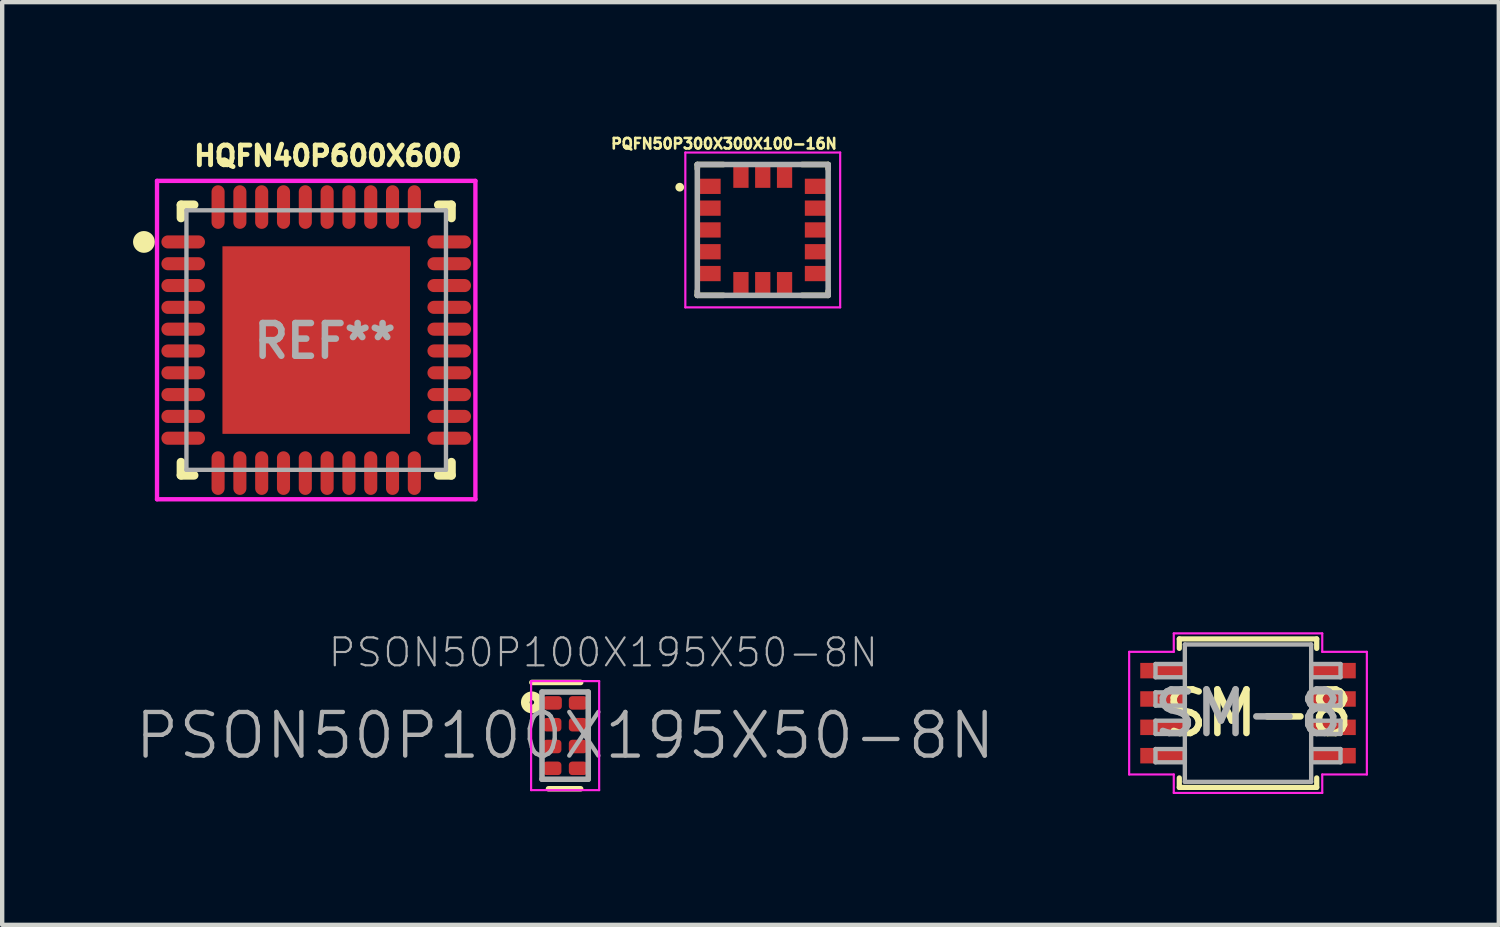
<source format=kicad_pcb>
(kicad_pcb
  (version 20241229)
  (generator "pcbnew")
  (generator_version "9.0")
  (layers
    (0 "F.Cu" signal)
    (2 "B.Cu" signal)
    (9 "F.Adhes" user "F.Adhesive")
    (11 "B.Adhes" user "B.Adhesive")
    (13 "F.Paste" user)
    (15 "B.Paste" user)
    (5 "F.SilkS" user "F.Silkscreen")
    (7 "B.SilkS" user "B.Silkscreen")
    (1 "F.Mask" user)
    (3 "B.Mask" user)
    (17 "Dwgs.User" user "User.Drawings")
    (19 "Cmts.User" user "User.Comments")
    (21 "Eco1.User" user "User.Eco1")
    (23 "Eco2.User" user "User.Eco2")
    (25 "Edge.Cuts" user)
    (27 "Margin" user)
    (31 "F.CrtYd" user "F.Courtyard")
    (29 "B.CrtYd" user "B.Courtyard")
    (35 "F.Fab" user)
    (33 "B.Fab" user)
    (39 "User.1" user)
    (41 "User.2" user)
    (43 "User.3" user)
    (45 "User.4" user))
  (footprint "SM-8"
    (layer "F.Cu")
    (at 25.564 13.301)
    (property "Reference" "SM-8" (at 0.25 0 0) (layer "F.SilkS") (effects (font (size 1 1) (thickness 0.15))))
    (attr through_hole)
    (fp_line (start -1.575 -1.702) (end -1.575 -1.485) (stroke (width 0.12) (type solid)) (layer "F.SilkS"))
    (fp_line (start -1.575 1.485) (end -1.575 1.702) (stroke (width 0.12) (type solid)) (layer "F.SilkS"))
    (fp_line (start -1.575 1.702) (end 1.575 1.702) (stroke (width 0.12) (type solid)) (layer "F.SilkS"))
    (fp_line (start 1.575 -1.702) (end -1.575 -1.702) (stroke (width 0.12) (type solid)) (layer "F.SilkS"))
    (fp_line (start 1.575 -1.485) (end 1.575 -1.702) (stroke (width 0.12) (type solid)) (layer "F.SilkS"))
    (fp_line (start 1.575 1.702) (end 1.575 1.485) (stroke (width 0.12) (type solid)) (layer "F.SilkS"))
    (fp_line (start -2.725 -1.406) (end -1.702 -1.406) (stroke (width 0.05) (type solid)) (layer "F.CrtYd"))
    (fp_line (start -2.725 1.406) (end -2.725 -1.406) (stroke (width 0.05) (type solid)) (layer "F.CrtYd"))
    (fp_line (start -1.702 -1.829) (end 1.702 -1.829) (stroke (width 0.05) (type solid)) (layer "F.CrtYd"))
    (fp_line (start -1.702 -1.406) (end -1.702 -1.829) (stroke (width 0.05) (type solid)) (layer "F.CrtYd"))
    (fp_line (start -1.702 1.406) (end -2.725 1.406) (stroke (width 0.05) (type solid)) (layer "F.CrtYd"))
    (fp_line (start -1.702 1.829) (end -1.702 1.406) (stroke (width 0.05) (type solid)) (layer "F.CrtYd"))
    (fp_line (start 1.702 -1.829) (end 1.702 -1.406) (stroke (width 0.05) (type solid)) (layer "F.CrtYd"))
    (fp_line (start 1.702 1.406) (end 1.702 1.829) (stroke (width 0.05) (type solid)) (layer "F.CrtYd"))
    (fp_line (start 1.702 1.829) (end -1.702 1.829) (stroke (width 0.05) (type solid)) (layer "F.CrtYd"))
    (fp_line (start 2.725 -1.406) (end 1.702 -1.406) (stroke (width 0.05) (type solid)) (layer "F.CrtYd"))
    (fp_line (start 2.725 -1.406) (end 2.725 1.406) (stroke (width 0.05) (type solid)) (layer "F.CrtYd"))
    (fp_line (start 2.725 1.406) (end 1.702 1.406) (stroke (width 0.05) (type solid)) (layer "F.CrtYd"))
    (fp_line (start -2.121 -1.127) (end -2.121 -0.823) (stroke (width 0.1) (type solid)) (layer "F.Fab"))
    (fp_line (start -2.121 -0.823) (end -1.448 -0.823) (stroke (width 0.1) (type solid)) (layer "F.Fab"))
    (fp_line (start -2.121 -0.477) (end -2.121 -0.173) (stroke (width 0.1) (type solid)) (layer "F.Fab"))
    (fp_line (start -2.121 -0.173) (end -1.448 -0.173) (stroke (width 0.1) (type solid)) (layer "F.Fab"))
    (fp_line (start -2.121 0.173) (end -2.121 0.477) (stroke (width 0.1) (type solid)) (layer "F.Fab"))
    (fp_line (start -2.121 0.477) (end -1.448 0.477) (stroke (width 0.1) (type solid)) (layer "F.Fab"))
    (fp_line (start -2.121 0.823) (end -2.121 1.127) (stroke (width 0.1) (type solid)) (layer "F.Fab"))
    (fp_line (start -2.121 1.127) (end -1.448 1.127) (stroke (width 0.1) (type solid)) (layer "F.Fab"))
    (fp_line (start -1.448 -1.575) (end -1.448 1.575) (stroke (width 0.1) (type solid)) (layer "F.Fab"))
    (fp_line (start -1.448 -1.127) (end -2.121 -1.127) (stroke (width 0.1) (type solid)) (layer "F.Fab"))
    (fp_line (start -1.448 -0.823) (end -1.448 -1.127) (stroke (width 0.1) (type solid)) (layer "F.Fab"))
    (fp_line (start -1.448 -0.477) (end -2.121 -0.477) (stroke (width 0.1) (type solid)) (layer "F.Fab"))
    (fp_line (start -1.448 -0.173) (end -1.448 -0.477) (stroke (width 0.1) (type solid)) (layer "F.Fab"))
    (fp_line (start -1.448 0.173) (end -2.121 0.173) (stroke (width 0.1) (type solid)) (layer "F.Fab"))
    (fp_line (start -1.448 0.477) (end -1.448 0.173) (stroke (width 0.1) (type solid)) (layer "F.Fab"))
    (fp_line (start -1.448 0.823) (end -2.121 0.823) (stroke (width 0.1) (type solid)) (layer "F.Fab"))
    (fp_line (start -1.448 1.127) (end -1.448 0.823) (stroke (width 0.1) (type solid)) (layer "F.Fab"))
    (fp_line (start -1.448 1.575) (end 1.448 1.575) (stroke (width 0.1) (type solid)) (layer "F.Fab"))
    (fp_line (start 1.448 -1.575) (end -1.448 -1.575) (stroke (width 0.1) (type solid)) (layer "F.Fab"))
    (fp_line (start 1.448 -1.127) (end 1.448 -0.823) (stroke (width 0.1) (type solid)) (layer "F.Fab"))
    (fp_line (start 1.448 -0.823) (end 2.121 -0.823) (stroke (width 0.1) (type solid)) (layer "F.Fab"))
    (fp_line (start 1.448 -0.477) (end 1.448 -0.173) (stroke (width 0.1) (type solid)) (layer "F.Fab"))
    (fp_line (start 1.448 -0.173) (end 2.121 -0.173) (stroke (width 0.1) (type solid)) (layer "F.Fab"))
    (fp_line (start 1.448 0.173) (end 1.448 0.477) (stroke (width 0.1) (type solid)) (layer "F.Fab"))
    (fp_line (start 1.448 0.477) (end 2.121 0.477) (stroke (width 0.1) (type solid)) (layer "F.Fab"))
    (fp_line (start 1.448 0.823) (end 1.448 1.127) (stroke (width 0.1) (type solid)) (layer "F.Fab"))
    (fp_line (start 1.448 1.127) (end 2.121 1.127) (stroke (width 0.1) (type solid)) (layer "F.Fab"))
    (fp_line (start 1.448 1.575) (end 1.448 -1.575) (stroke (width 0.1) (type solid)) (layer "F.Fab"))
    (fp_line (start 2.121 -1.127) (end 1.448 -1.127) (stroke (width 0.1) (type solid)) (layer "F.Fab"))
    (fp_line (start 2.121 -0.823) (end 2.121 -1.127) (stroke (width 0.1) (type solid)) (layer "F.Fab"))
    (fp_line (start 2.121 -0.477) (end 1.448 -0.477) (stroke (width 0.1) (type solid)) (layer "F.Fab"))
    (fp_line (start 2.121 -0.173) (end 2.121 -0.477) (stroke (width 0.1) (type solid)) (layer "F.Fab"))
    (fp_line (start 2.121 0.173) (end 1.448 0.173) (stroke (width 0.1) (type solid)) (layer "F.Fab"))
    (fp_line (start 2.121 0.477) (end 2.121 0.173) (stroke (width 0.1) (type solid)) (layer "F.Fab"))
    (fp_line (start 2.121 0.823) (end 1.448 0.823) (stroke (width 0.1) (type solid)) (layer "F.Fab"))
    (fp_line (start 2.121 1.127) (end 2.121 0.823) (stroke (width 0.1) (type solid)) (layer "F.Fab"))
    (fp_text user "${REFERENCE}" (at 0 0 0) (layer "F.Fab") (effects (font (size 1 1) (thickness 0.15))))
    (pad "1" smd rect (at -1.959 -0.975) (size 1.023 0.355) (layers "F.Cu" "F.Mask" "F.Paste"))
    (pad "2" smd rect (at -1.959 -0.325) (size 1.023 0.355) (layers "F.Cu" "F.Mask" "F.Paste"))
    (pad "3" smd rect (at -1.959 0.325) (size 1.023 0.355) (layers "F.Cu" "F.Mask" "F.Paste"))
    (pad "4" smd rect (at -1.959 0.975) (size 1.023 0.355) (layers "F.Cu" "F.Mask" "F.Paste"))
    (pad "5" smd rect (at 1.959 0.975) (size 1.023 0.355) (layers "F.Cu" "F.Mask" "F.Paste"))
    (pad "6" smd rect (at 1.959 0.325) (size 1.023 0.355) (layers "F.Cu" "F.Mask" "F.Paste"))
    (pad "7" smd rect (at 1.959 -0.325) (size 1.023 0.355) (layers "F.Cu" "F.Mask" "F.Paste"))
    (pad "8" smd rect (at 1.959 -0.975) (size 1.023 0.355) (layers "F.Cu" "F.Mask" "F.Paste")))
  (footprint "PSON50P100X195X50-8N"
    (layer "F.Cu")
    (at 9.907 13.816)
    (property "Reference" "PSON50P100X195X50-8N" (at 0.876 -1.906 0) (layer "F.Fab") (effects (font (size 0.64 0.64) (thickness 0.05))))
    (attr smd)
    (fp_line (start -0.762 -1.219) (end 0.356 -1.219) (stroke (width 0.127) (type solid)) (layer "F.SilkS"))
    (fp_line (start 0.356 1.219) (end -0.381 1.219) (stroke (width 0.127) (type solid)) (layer "F.SilkS"))
    (fp_circle (center -0.762 -0.762) (end -0.711 -0.762) (stroke (width 0.2) (type solid)) (fill no) (layer "F.SilkS"))
    (fp_line (start -0.78 -1.25) (end 0.78 -1.25) (stroke (width 0.05) (type solid)) (layer "F.CrtYd"))
    (fp_line (start -0.78 1.25) (end -0.78 -1.25) (stroke (width 0.05) (type solid)) (layer "F.CrtYd"))
    (fp_line (start 0.78 -1.25) (end 0.78 1.25) (stroke (width 0.05) (type solid)) (layer "F.CrtYd"))
    (fp_line (start 0.78 1.25) (end -0.78 1.25) (stroke (width 0.05) (type solid)) (layer "F.CrtYd"))
    (fp_line (start -0.53 -1) (end 0.53 -1) (stroke (width 0.127) (type solid)) (layer "F.Fab"))
    (fp_line (start -0.53 1) (end -0.53 -1) (stroke (width 0.127) (type solid)) (layer "F.Fab"))
    (fp_line (start 0.53 -1) (end 0.53 1) (stroke (width 0.127) (type solid)) (layer "F.Fab"))
    (fp_line (start 0.53 1) (end -0.53 1) (stroke (width 0.127) (type solid)) (layer "F.Fab"))
    (fp_text user "${REFERENCE}" (at 0 0 0) (layer "F.Fab") (effects (font (size 1 1) (thickness 0.1))))
    (pad "1" smd roundrect (at -0.29 -0.75) (size 0.43 0.31) (layers "F.Cu" "F.Mask" "F.Paste") (roundrect_rratio 0.25))
    (pad "2" smd roundrect (at -0.295 -0.25) (size 0.42 0.31) (layers "F.Cu" "F.Mask" "F.Paste") (roundrect_rratio 0.25))
    (pad "3" smd roundrect (at -0.295 0.25) (size 0.42 0.31) (layers "F.Cu" "F.Mask" "F.Paste") (roundrect_rratio 0.25))
    (pad "4" smd roundrect (at -0.295 0.75) (size 0.42 0.31) (layers "F.Cu" "F.Mask" "F.Paste") (roundrect_rratio 0.25))
    (pad "5" smd roundrect (at 0.295 0.75 180) (size 0.42 0.31) (layers "F.Cu" "F.Mask" "F.Paste") (roundrect_rratio 0.25))
    (pad "6" smd roundrect (at 0.295 0.25 180) (size 0.42 0.31) (layers "F.Cu" "F.Mask" "F.Paste") (roundrect_rratio 0.25))
    (pad "7" smd roundrect (at 0.295 -0.25 180) (size 0.42 0.31) (layers "F.Cu" "F.Mask" "F.Paste") (roundrect_rratio 0.25))
    (pad "8" smd roundrect (at 0.295 -0.75 180) (size 0.42 0.31) (layers "F.Cu" "F.Mask" "F.Paste") (roundrect_rratio 0.25)))
  (footprint "HQFN40P600X600"
    (layer "F.Cu")
    (at 4.2 4.747)
    (property "Reference" "HQFN40P600X600" (at -2.86 -3.96 0) (unlocked yes) (layer "F.SilkS") (effects (font (size 0.45 0.45) (thickness 0.113)) (justify left bottom)))
    (fp_line (start -3.1 -3.1) (end -3.1 -2.8) (stroke (width 0.2) (type solid)) (layer "F.SilkS"))
    (fp_line (start -3.1 2.8) (end -3.1 3.1) (stroke (width 0.2) (type solid)) (layer "F.SilkS"))
    (fp_line (start -2.8 -3.1) (end -3.1 -3.1) (stroke (width 0.2) (type solid)) (layer "F.SilkS"))
    (fp_line (start -2.8 3.1) (end -3.1 3.1) (stroke (width 0.2) (type solid)) (layer "F.SilkS"))
    (fp_line (start 3.1 -3.1) (end 2.8 -3.1) (stroke (width 0.2) (type solid)) (layer "F.SilkS"))
    (fp_line (start 3.1 -3.1) (end 3.1 -2.8) (stroke (width 0.2) (type solid)) (layer "F.SilkS"))
    (fp_line (start 3.1 2.8) (end 3.1 3.1) (stroke (width 0.2) (type solid)) (layer "F.SilkS"))
    (fp_line (start 3.1 3.1) (end 2.8 3.1) (stroke (width 0.2) (type solid)) (layer "F.SilkS"))
    (fp_circle (center -3.95 -2.25) (end -3.95 -2.125) (stroke (width 0.25) (type solid)) (fill no) (layer "F.SilkS"))
    (fp_line (start -3.65 -3.65) (end -3.65 3.65) (stroke (width 0.1) (type solid)) (layer "F.CrtYd"))
    (fp_line (start 3.65 -3.65) (end -3.65 -3.65) (stroke (width 0.1) (type solid)) (layer "F.CrtYd"))
    (fp_line (start 3.65 -3.65) (end 3.65 3.65) (stroke (width 0.1) (type solid)) (layer "F.CrtYd"))
    (fp_line (start 3.65 3.65) (end -3.65 3.65) (stroke (width 0.1) (type solid)) (layer "F.CrtYd"))
    (fp_line (start -2.975 -2.975) (end -2.975 2.975) (stroke (width 0.1) (type solid)) (layer "F.Fab"))
    (fp_line (start 2.975 -2.975) (end -2.975 -2.975) (stroke (width 0.1) (type solid)) (layer "F.Fab"))
    (fp_line (start 2.975 -2.975) (end 2.975 2.975) (stroke (width 0.1) (type solid)) (layer "F.Fab"))
    (fp_line (start 2.975 2.975) (end -2.975 2.975) (stroke (width 0.1) (type solid)) (layer "F.Fab"))
    (fp_text user "REF**" (at 0.2 0.02 0) (unlocked yes) (layer "F.Fab") (effects (font (size 0.75 0.75) (thickness 0.15))))
    (pad "1" smd oval (at -3.05 -2.25 90) (size 0.3 1) (layers "F.Cu" "F.Mask" "F.Paste"))
    (pad "1" smd rect (at 0 0) (size 4.3 4.3) (layers "F.Cu" "F.Mask" "F.Paste"))
    (pad "2" smd oval (at -3.05 -1.75 90) (size 0.3 1) (layers "F.Cu" "F.Mask" "F.Paste"))
    (pad "3" smd oval (at -3.05 -1.25 90) (size 0.3 1) (layers "F.Cu" "F.Mask" "F.Paste"))
    (pad "4" smd oval (at -3.05 -0.75 90) (size 0.3 1) (layers "F.Cu" "F.Mask" "F.Paste"))
    (pad "5" smd oval (at -3.05 -0.25 90) (size 0.3 1) (layers "F.Cu" "F.Mask" "F.Paste"))
    (pad "6" smd oval (at -3.05 0.25 90) (size 0.3 1) (layers "F.Cu" "F.Mask" "F.Paste"))
    (pad "7" smd oval (at -3.05 0.75 90) (size 0.3 1) (layers "F.Cu" "F.Mask" "F.Paste"))
    (pad "8" smd oval (at -3.05 1.25 90) (size 0.3 1) (layers "F.Cu" "F.Mask" "F.Paste"))
    (pad "9" smd oval (at -3.05 1.75 90) (size 0.3 1) (layers "F.Cu" "F.Mask" "F.Paste"))
    (pad "10" smd oval (at -3.05 2.25 90) (size 0.3 1) (layers "F.Cu" "F.Mask" "F.Paste"))
    (pad "11" smd oval (at -2.25 3.05) (size 0.3 1) (layers "F.Cu" "F.Mask" "F.Paste"))
    (pad "12" smd oval (at -1.75 3.05) (size 0.3 1) (layers "F.Cu" "F.Mask" "F.Paste"))
    (pad "13" smd oval (at -1.25 3.05) (size 0.3 1) (layers "F.Cu" "F.Mask" "F.Paste"))
    (pad "14" smd oval (at -0.75 3.05) (size 0.3 1) (layers "F.Cu" "F.Mask" "F.Paste"))
    (pad "15" smd oval (at -0.25 3.05) (size 0.3 1) (layers "F.Cu" "F.Mask" "F.Paste"))
    (pad "16" smd oval (at 0.25 3.05) (size 0.3 1) (layers "F.Cu" "F.Mask" "F.Paste"))
    (pad "17" smd oval (at 0.75 3.05) (size 0.3 1) (layers "F.Cu" "F.Mask" "F.Paste"))
    (pad "18" smd oval (at 1.25 3.05) (size 0.3 1) (layers "F.Cu" "F.Mask" "F.Paste"))
    (pad "19" smd oval (at 1.75 3.05) (size 0.3 1) (layers "F.Cu" "F.Mask" "F.Paste"))
    (pad "20" smd oval (at 2.25 3.05) (size 0.3 1) (layers "F.Cu" "F.Mask" "F.Paste"))
    (pad "21" smd oval (at 3.05 2.25 90) (size 0.3 1) (layers "F.Cu" "F.Mask" "F.Paste"))
    (pad "22" smd oval (at 3.05 1.75 90) (size 0.3 1) (layers "F.Cu" "F.Mask" "F.Paste"))
    (pad "23" smd oval (at 3.05 1.25 90) (size 0.3 1) (layers "F.Cu" "F.Mask" "F.Paste"))
    (pad "24" smd oval (at 3.05 0.75 90) (size 0.3 1) (layers "F.Cu" "F.Mask" "F.Paste"))
    (pad "25" smd oval (at 3.05 0.25 90) (size 0.3 1) (layers "F.Cu" "F.Mask" "F.Paste"))
    (pad "26" smd oval (at 3.05 -0.25 90) (size 0.3 1) (layers "F.Cu" "F.Mask" "F.Paste"))
    (pad "27" smd oval (at 3.05 -0.75 90) (size 0.3 1) (layers "F.Cu" "F.Mask" "F.Paste"))
    (pad "28" smd oval (at 3.05 -1.25 90) (size 0.3 1) (layers "F.Cu" "F.Mask" "F.Paste"))
    (pad "29" smd oval (at 3.05 -1.75 90) (size 0.3 1) (layers "F.Cu" "F.Mask" "F.Paste"))
    (pad "30" smd oval (at 3.05 -2.25 90) (size 0.3 1) (layers "F.Cu" "F.Mask" "F.Paste"))
    (pad "31" smd oval (at 2.25 -3.05) (size 0.3 1) (layers "F.Cu" "F.Mask" "F.Paste"))
    (pad "32" smd oval (at 1.75 -3.05) (size 0.3 1) (layers "F.Cu" "F.Mask" "F.Paste"))
    (pad "33" smd oval (at 1.25 -3.05) (size 0.3 1) (layers "F.Cu" "F.Mask" "F.Paste"))
    (pad "34" smd oval (at 0.75 -3.05) (size 0.3 1) (layers "F.Cu" "F.Mask" "F.Paste"))
    (pad "35" smd oval (at 0.25 -3.05) (size 0.3 1) (layers "F.Cu" "F.Mask" "F.Paste"))
    (pad "36" smd oval (at -0.25 -3.05) (size 0.3 1) (layers "F.Cu" "F.Mask" "F.Paste"))
    (pad "37" smd oval (at -0.75 -3.05) (size 0.3 1) (layers "F.Cu" "F.Mask" "F.Paste"))
    (pad "38" smd oval (at -1.25 -3.05) (size 0.3 1) (layers "F.Cu" "F.Mask" "F.Paste"))
    (pad "39" smd oval (at -1.75 -3.05) (size 0.3 1) (layers "F.Cu" "F.Mask" "F.Paste"))
    (pad "40" smd oval (at -2.25 -3.05) (size 0.3 1) (layers "F.Cu" "F.Mask" "F.Paste")))
  (footprint "PQFN50P300X300X100-16N"
    (layer "F.Cu")
    (at 14.438 2.222)
    (property "Reference" "PQFN50P300X300X100-16N" (at -0.889 -1.977 0) (layer "F.SilkS") (effects (font (size 0.24 0.24) (thickness 0.15))))
    (attr smd)
    (fp_line (start -1.5 -1.5) (end -0.9 -1.5) (stroke (width 0.127) (type solid)) (layer "F.SilkS"))
    (fp_line (start -1.5 -1.4) (end -1.5 -1.5) (stroke (width 0.127) (type solid)) (layer "F.SilkS"))
    (fp_line (start -1.5 1.4) (end -1.5 1.5) (stroke (width 0.127) (type solid)) (layer "F.SilkS"))
    (fp_line (start -1.5 1.5) (end -0.9 1.5) (stroke (width 0.127) (type solid)) (layer "F.SilkS"))
    (fp_line (start 0.9 -1.5) (end 1.5 -1.5) (stroke (width 0.127) (type solid)) (layer "F.SilkS"))
    (fp_line (start 0.9 1.5) (end 1.5 1.5) (stroke (width 0.127) (type solid)) (layer "F.SilkS"))
    (fp_line (start 1.5 -1.5) (end 1.5 -1.4) (stroke (width 0.127) (type solid)) (layer "F.SilkS"))
    (fp_line (start 1.5 1.5) (end 1.5 1.4) (stroke (width 0.127) (type solid)) (layer "F.SilkS"))
    (fp_circle (center -1.903 -0.98) (end -1.803 -0.98) (stroke (width 0) (type solid)) (fill yes) (layer "F.SilkS"))
    (fp_line (start -1.775 -1.775) (end 1.775 -1.775) (stroke (width 0.05) (type solid)) (layer "F.CrtYd"))
    (fp_line (start -1.775 1.775) (end -1.775 -1.775) (stroke (width 0.05) (type solid)) (layer "F.CrtYd"))
    (fp_line (start 1.775 -1.775) (end 1.775 1.775) (stroke (width 0.05) (type solid)) (layer "F.CrtYd"))
    (fp_line (start 1.775 1.775) (end -1.775 1.775) (stroke (width 0.05) (type solid)) (layer "F.CrtYd"))
    (fp_line (start -1.5 -1.5) (end 1.5 -1.5) (stroke (width 0.127) (type solid)) (layer "F.Fab"))
    (fp_line (start -1.5 1.5) (end -1.5 -1.5) (stroke (width 0.127) (type solid)) (layer "F.Fab"))
    (fp_line (start 1.5 -1.5) (end 1.5 1.5) (stroke (width 0.127) (type solid)) (layer "F.Fab"))
    (fp_line (start 1.5 1.5) (end -1.5 1.5) (stroke (width 0.127) (type solid)) (layer "F.Fab"))
    (pad "1" smd rect (at -1.225 -1) (size 0.52 0.35) (layers "F.Cu" "F.Mask" "F.Paste"))
    (pad "2" smd rect (at -1.225 -0.5) (size 0.52 0.35) (layers "F.Cu" "F.Mask" "F.Paste"))
    (pad "3" smd rect (at -1.225 0) (size 0.52 0.35) (layers "F.Cu" "F.Mask" "F.Paste"))
    (pad "4" smd rect (at -1.225 0.5) (size 0.52 0.35) (layers "F.Cu" "F.Mask" "F.Paste"))
    (pad "5" smd rect (at -1.225 1) (size 0.52 0.35) (layers "F.Cu" "F.Mask" "F.Paste"))
    (pad "6" smd rect (at -0.5 1.225 90) (size 0.52 0.35) (layers "F.Cu" "F.Mask" "F.Paste"))
    (pad "7" smd rect (at 0 1.225 90) (size 0.52 0.35) (layers "F.Cu" "F.Mask" "F.Paste"))
    (pad "8" smd rect (at 0.5 1.225 90) (size 0.52 0.35) (layers "F.Cu" "F.Mask" "F.Paste"))
    (pad "9" smd rect (at 1.225 1 180) (size 0.52 0.35) (layers "F.Cu" "F.Mask" "F.Paste"))
    (pad "10" smd rect (at 1.225 0.5 180) (size 0.52 0.35) (layers "F.Cu" "F.Mask" "F.Paste"))
    (pad "11" smd rect (at 1.225 0 180) (size 0.52 0.35) (layers "F.Cu" "F.Mask" "F.Paste"))
    (pad "12" smd rect (at 1.225 -0.5 180) (size 0.52 0.35) (layers "F.Cu" "F.Mask" "F.Paste"))
    (pad "13" smd rect (at 1.225 -1 180) (size 0.52 0.35) (layers "F.Cu" "F.Mask" "F.Paste"))
    (pad "14" smd rect (at 0.5 -1.225 90) (size 0.52 0.35) (layers "F.Cu" "F.Mask" "F.Paste"))
    (pad "15" smd rect (at 0 -1.225 90) (size 0.52 0.35) (layers "F.Cu" "F.Mask" "F.Paste"))
    (pad "16" smd rect (at -0.5 -1.225 90) (size 0.52 0.35) (layers "F.Cu" "F.Mask" "F.Paste")))
  (gr_rect
    (start -3 -3)
    (end 31.314 18.155)
    (stroke (width 0.1) (type default))
    (fill no)
    (layer "Edge.Cuts")))
</source>
